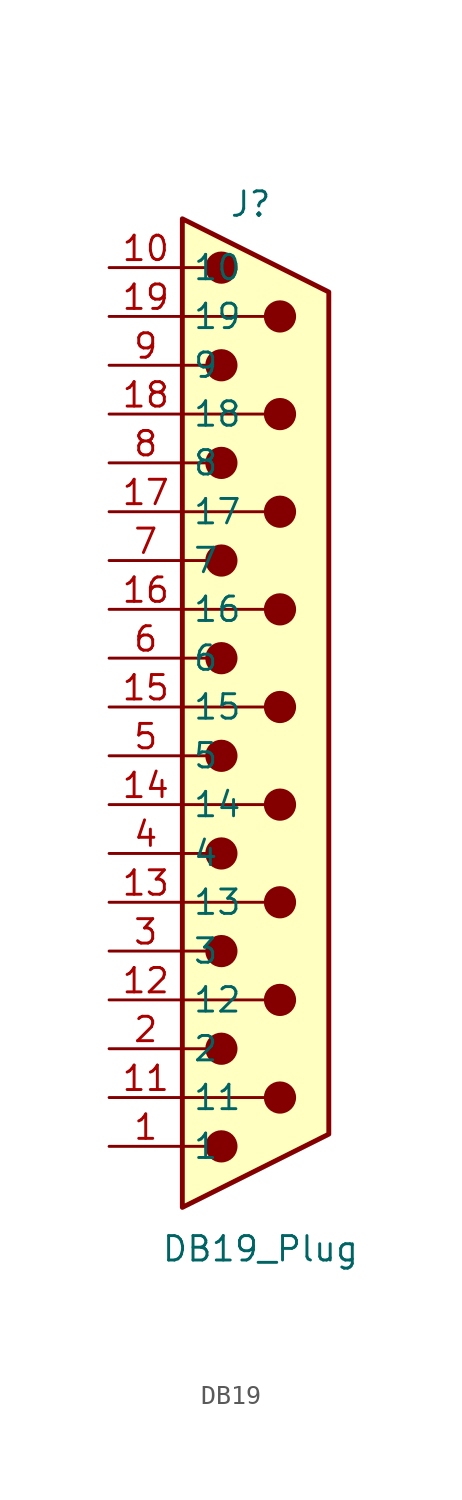
<source format=kicad_sym>
(kicad_symbol_lib
  (version 20231120)
  (generator "kicad_symbol_editor")
  (generator_version "8.0")
  (symbol "DB19"
    (property "Reference" "J"
      (at -0.254 26.162 0)
      (effects (font (size 1.27 1.27))))
    (property "Value" "DB19_Plug"
      (at 0.254 -28.194 0)
      (effects (font (size 1.27 1.27))))
    (symbol "DB19_0_1"
      (circle (center -1.778 -22.86) (radius 0.762) (stroke (width 0) (type default)) (fill (type outline)))
      (circle (center -1.778 -17.78) (radius 0.762) (stroke (width 0) (type default)) (fill (type outline)))
      (circle (center -1.778 -12.7) (radius 0.762) (stroke (width 0) (type default)) (fill (type outline)))
      (circle (center -1.778 -7.62) (radius 0.762) (stroke (width 0) (type default)) (fill (type outline)))
      (circle (center -1.778 -2.54) (radius 0.762) (stroke (width 0) (type default)) (fill (type outline)))
      (circle (center -1.778 2.54) (radius 0.762) (stroke (width 0) (type default)) (fill (type outline)))
      (circle (center -1.778 7.62) (radius 0.762) (stroke (width 0) (type default)) (fill (type outline)))
      (circle (center -1.778 12.7) (radius 0.762) (stroke (width 0) (type default)) (fill (type outline)))
      (circle (center -1.778 17.78) (radius 0.762) (stroke (width 0) (type default)) (fill (type outline)))
      (circle (center -1.778 22.86) (radius 0.762) (stroke (width 0) (type default)) (fill (type outline)))
      (polyline (pts (xy -3.81 -22.86) (xy -2.54 -22.86)) (stroke (width 0) (type default)) (fill (type none)))
      (polyline (pts (xy -3.81 -20.32) (xy 0.508 -20.32)) (stroke (width 0) (type default)) (fill (type none)))
      (polyline (pts (xy -3.81 -17.78) (xy -2.54 -17.78)) (stroke (width 0) (type default)) (fill (type none)))
      (polyline (pts (xy -3.81 -15.24) (xy 0.508 -15.24)) (stroke (width 0) (type default)) (fill (type none)))
      (polyline (pts (xy -3.81 -12.7) (xy -2.54 -12.7)) (stroke (width 0) (type default)) (fill (type none)))
      (polyline (pts (xy -3.81 -10.16) (xy 0.508 -10.16)) (stroke (width 0) (type default)) (fill (type none)))
      (polyline (pts (xy -3.81 -7.62) (xy -2.54 -7.62)) (stroke (width 0) (type default)) (fill (type none)))
      (polyline (pts (xy -3.81 -5.08) (xy 0.508 -5.08)) (stroke (width 0) (type default)) (fill (type none)))
      (polyline (pts (xy -3.81 -2.54) (xy -2.54 -2.54)) (stroke (width 0) (type default)) (fill (type none)))
      (polyline (pts (xy -3.81 0) (xy 0.508 0)) (stroke (width 0) (type default)) (fill (type none)))
      (polyline (pts (xy -3.81 2.54) (xy -2.54 2.54)) (stroke (width 0) (type default)) (fill (type none)))
      (polyline (pts (xy -3.81 5.08) (xy 0.508 5.08)) (stroke (width 0) (type default)) (fill (type none)))
      (polyline (pts (xy -3.81 7.62) (xy -2.54 7.62)) (stroke (width 0) (type default)) (fill (type none)))
      (polyline (pts (xy -3.81 10.16) (xy 0.508 10.16)) (stroke (width 0) (type default)) (fill (type none)))
      (polyline (pts (xy -3.81 12.7) (xy -2.54 12.7)) (stroke (width 0) (type default)) (fill (type none)))
      (polyline (pts (xy -3.81 15.24) (xy 0.508 15.24)) (stroke (width 0) (type default)) (fill (type none)))
      (polyline (pts (xy -3.81 17.78) (xy -2.54 17.78)) (stroke (width 0) (type default)) (fill (type none)))
      (polyline (pts (xy -3.81 20.32) (xy 0.508 20.32)) (stroke (width 0) (type default)) (fill (type none)))
      (polyline (pts (xy -3.81 22.86) (xy -2.54 22.86)) (stroke (width 0) (type default)) (fill (type none)))
      (polyline (pts (xy -3.81 -26.035) (xy -3.81 25.4) (xy 3.81 21.59) (xy 3.81 -22.225) (xy -3.81 -26.035)) (stroke (width 0.254) (type default)) (fill (type background)))
      (circle (center 1.27 -20.32) (radius 0.762) (stroke (width 0) (type default)) (fill (type outline)))
      (circle (center 1.27 -15.24) (radius 0.762) (stroke (width 0) (type default)) (fill (type outline)))
      (circle (center 1.27 -10.16) (radius 0.762) (stroke (width 0) (type default)) (fill (type outline)))
      (circle (center 1.27 -5.08) (radius 0.762) (stroke (width 0) (type default)) (fill (type outline)))
      (circle (center 1.27 0) (radius 0.762) (stroke (width 0) (type default)) (fill (type outline)))
      (circle (center 1.27 5.08) (radius 0.762) (stroke (width 0) (type default)) (fill (type outline)))
      (circle (center 1.27 10.16) (radius 0.762) (stroke (width 0) (type default)) (fill (type outline)))
      (circle (center 1.27 15.24) (radius 0.762) (stroke (width 0) (type default)) (fill (type outline)))
      (circle (center 1.27 20.32) (radius 0.762) (stroke (width 0) (type default)) (fill (type outline))))
    (symbol "DB19_1_1"
      (pin passive line (at -7.62 -22.86 0) (length 3.81) (name "1" (effects (font (size 1.27 1.27)))) (number "1" (effects (font (size 1.27 1.27)))))
      (pin passive line (at -7.62 22.86 0) (length 3.81) (name "10" (effects (font (size 1.27 1.27)))) (number "10" (effects (font (size 1.27 1.27)))))
      (pin passive line (at -7.62 -20.32 0) (length 3.81) (name "11" (effects (font (size 1.27 1.27)))) (number "11" (effects (font (size 1.27 1.27)))))
      (pin passive line (at -7.62 -15.24 0) (length 3.81) (name "12" (effects (font (size 1.27 1.27)))) (number "12" (effects (font (size 1.27 1.27)))))
      (pin passive line (at -7.62 -10.16 0) (length 3.81) (name "13" (effects (font (size 1.27 1.27)))) (number "13" (effects (font (size 1.27 1.27)))))
      (pin passive line (at -7.62 -5.08 0) (length 3.81) (name "14" (effects (font (size 1.27 1.27)))) (number "14" (effects (font (size 1.27 1.27)))))
      (pin passive line (at -7.62 0 0) (length 3.81) (name "15" (effects (font (size 1.27 1.27)))) (number "15" (effects (font (size 1.27 1.27)))))
      (pin passive line (at -7.62 5.08 0) (length 3.81) (name "16" (effects (font (size 1.27 1.27)))) (number "16" (effects (font (size 1.27 1.27)))))
      (pin passive line (at -7.62 10.16 0) (length 3.81) (name "17" (effects (font (size 1.27 1.27)))) (number "17" (effects (font (size 1.27 1.27)))))
      (pin passive line (at -7.62 15.24 0) (length 3.81) (name "18" (effects (font (size 1.27 1.27)))) (number "18" (effects (font (size 1.27 1.27)))))
      (pin passive line (at -7.62 20.32 0) (length 3.81) (name "19" (effects (font (size 1.27 1.27)))) (number "19" (effects (font (size 1.27 1.27)))))
      (pin passive line (at -7.62 -17.78 0) (length 3.81) (name "2" (effects (font (size 1.27 1.27)))) (number "2" (effects (font (size 1.27 1.27)))))
      (pin passive line (at -7.62 -12.7 0) (length 3.81) (name "3" (effects (font (size 1.27 1.27)))) (number "3" (effects (font (size 1.27 1.27)))))
      (pin passive line (at -7.62 -7.62 0) (length 3.81) (name "4" (effects (font (size 1.27 1.27)))) (number "4" (effects (font (size 1.27 1.27)))))
      (pin passive line (at -7.62 -2.54 0) (length 3.81) (name "5" (effects (font (size 1.27 1.27)))) (number "5" (effects (font (size 1.27 1.27)))))
      (pin passive line (at -7.62 2.54 0) (length 3.81) (name "6" (effects (font (size 1.27 1.27)))) (number "6" (effects (font (size 1.27 1.27)))))
      (pin passive line (at -7.62 7.62 0) (length 3.81) (name "7" (effects (font (size 1.27 1.27)))) (number "7" (effects (font (size 1.27 1.27)))))
      (pin passive line (at -7.62 12.7 0) (length 3.81) (name "8" (effects (font (size 1.27 1.27)))) (number "8" (effects (font (size 1.27 1.27)))))
      (pin passive line (at -7.62 17.78 0) (length 3.81) (name "9" (effects (font (size 1.27 1.27)))) (number "9" (effects (font (size 1.27 1.27))))))))
</source>
